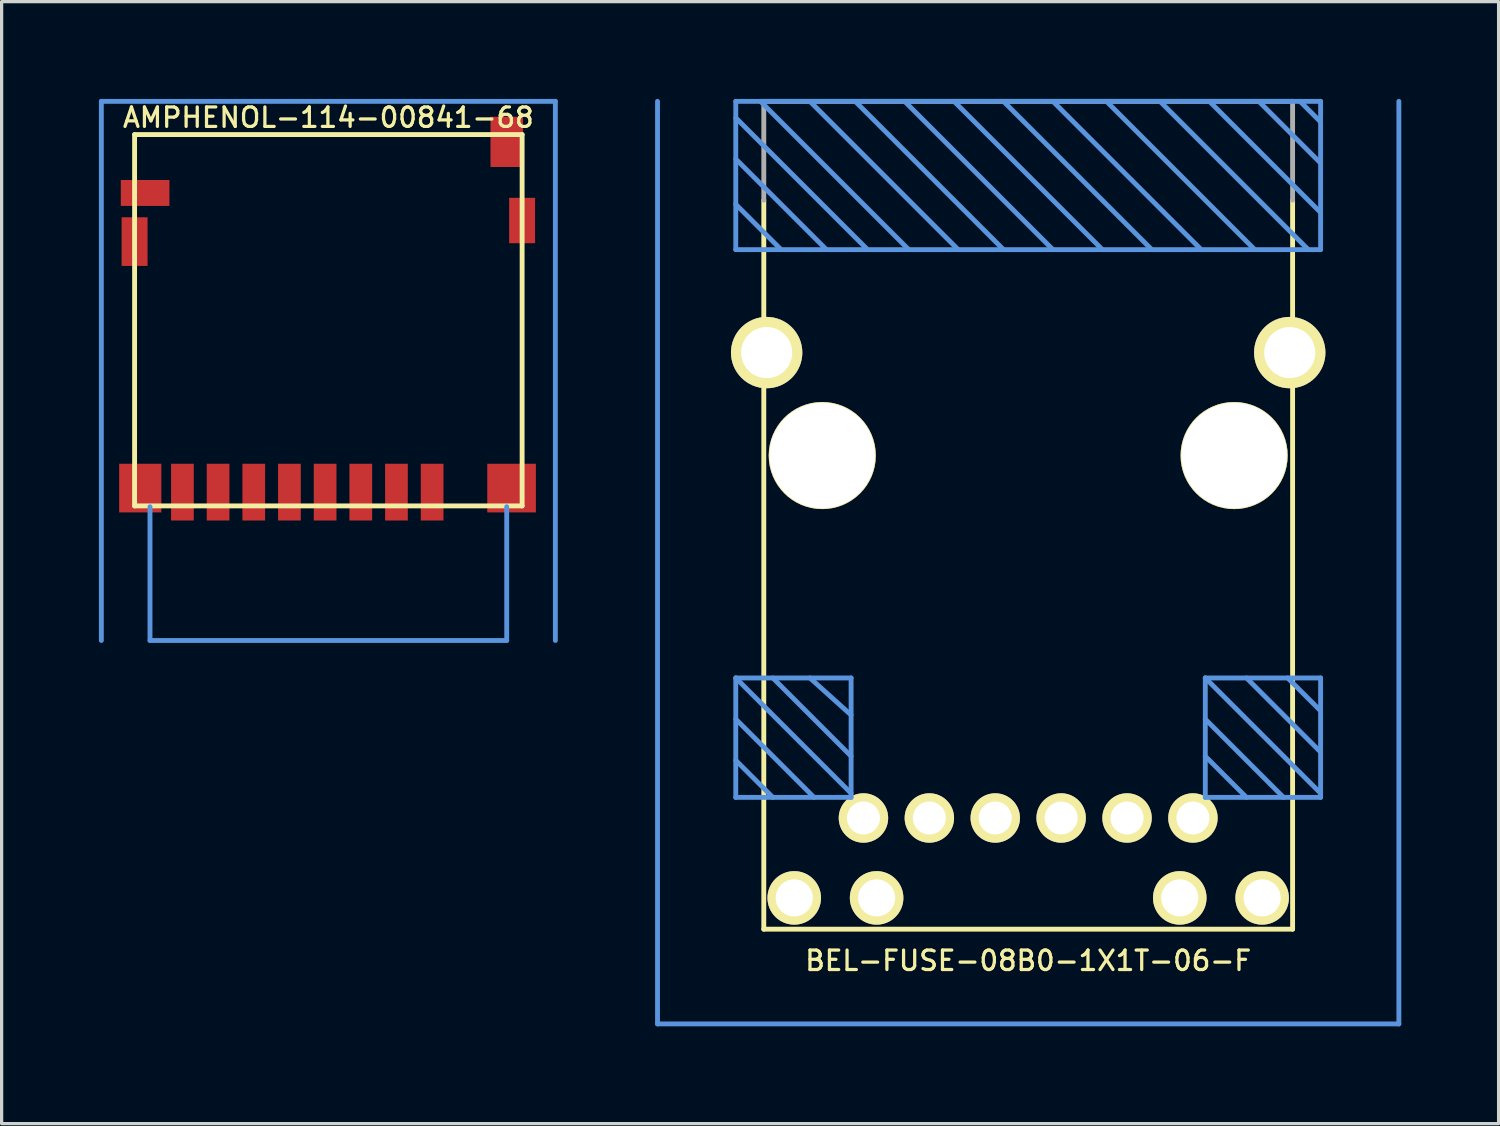
<source format=kicad_pcb>
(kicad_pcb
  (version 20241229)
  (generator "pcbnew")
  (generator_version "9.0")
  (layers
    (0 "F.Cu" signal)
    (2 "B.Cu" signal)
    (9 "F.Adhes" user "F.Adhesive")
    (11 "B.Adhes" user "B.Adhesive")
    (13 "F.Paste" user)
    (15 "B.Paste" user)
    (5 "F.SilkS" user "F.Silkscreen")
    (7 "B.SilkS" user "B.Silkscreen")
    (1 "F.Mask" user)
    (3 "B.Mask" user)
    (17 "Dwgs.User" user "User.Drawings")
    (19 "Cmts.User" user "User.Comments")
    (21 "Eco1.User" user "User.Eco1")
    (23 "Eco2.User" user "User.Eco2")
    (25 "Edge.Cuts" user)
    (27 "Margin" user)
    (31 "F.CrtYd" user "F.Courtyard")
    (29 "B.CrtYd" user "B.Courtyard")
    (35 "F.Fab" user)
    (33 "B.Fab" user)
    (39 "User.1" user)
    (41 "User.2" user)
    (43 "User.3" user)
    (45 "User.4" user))
  (footprint "AMPHENOL-114-00841-68"
    (layer "F.Cu")
    (at 7.075 7.075)
    (property "Reference" "AMPHENOL-114-00841-68" (at 0 -6.5 0) (layer "F.SilkS") (effects (font (size 0.6 0.6) (thickness 0.1))))
    (attr through_hole)
    (fp_line (start -5.975 -5.975) (end -5.975 5.475) (stroke (width 0.15) (type solid)) (layer "F.SilkS"))
    (fp_line (start -5.975 -5.975) (end 5.975 -5.975) (stroke (width 0.15) (type solid)) (layer "F.SilkS"))
    (fp_line (start -5.975 5.475) (end 5.975 5.475) (stroke (width 0.15) (type solid)) (layer "F.SilkS"))
    (fp_line (start 5.975 5.475) (end 5.975 -5.975) (stroke (width 0.15) (type solid)) (layer "F.SilkS"))
    (fp_line (start -7 -7) (end -7 9.625) (stroke (width 0.15) (type solid)) (layer "Cmts.User"))
    (fp_line (start -7 -7) (end 7 -7) (stroke (width 0.15) (type solid)) (layer "Cmts.User"))
    (fp_line (start -5.5 5.5) (end -5.5 9.625) (stroke (width 0.15) (type solid)) (layer "Cmts.User"))
    (fp_line (start -5.5 9.625) (end 5.5 9.625) (stroke (width 0.15) (type solid)) (layer "Cmts.User"))
    (fp_line (start 5.5 9.625) (end 5.5 5.5) (stroke (width 0.15) (type solid)) (layer "Cmts.User"))
    (fp_line (start 7 -7) (end 7 9.625) (stroke (width 0.15) (type solid)) (layer "Cmts.User"))
    (pad "" smd rect (at -5.975 -2.675) (size 0.8 1.5) (layers "F.Cu" "F.Mask" "F.Paste"))
    (pad "" smd rect (at -5.8 4.925) (size 1.3 1.5) (layers "F.Cu" "F.Mask" "F.Paste"))
    (pad "" smd rect (at 5.65 4.925) (size 1.5 1.5) (layers "F.Cu" "F.Mask" "F.Paste"))
    (pad "" smd rect (at 5.975 -3.325) (size 0.8 1.4) (layers "F.Cu" "F.Mask" "F.Paste"))
    (pad "1" smd rect (at 3.2 5.05) (size 0.7 1.75) (layers "F.Cu" "F.Mask" "F.Paste"))
    (pad "2" smd rect (at 2.1 5.05) (size 0.7 1.75) (layers "F.Cu" "F.Mask" "F.Paste"))
    (pad "3" smd rect (at 1 5.05) (size 0.7 1.75) (layers "F.Cu" "F.Mask" "F.Paste"))
    (pad "4" smd rect (at -0.1 5.05) (size 0.7 1.75) (layers "F.Cu" "F.Mask" "F.Paste"))
    (pad "5" smd rect (at -1.2 5.05) (size 0.7 1.75) (layers "F.Cu" "F.Mask" "F.Paste"))
    (pad "6" smd rect (at -2.3 5.05) (size 0.7 1.75) (layers "F.Cu" "F.Mask" "F.Paste"))
    (pad "7" smd rect (at -3.4 5.05) (size 0.7 1.75) (layers "F.Cu" "F.Mask" "F.Paste"))
    (pad "8" smd rect (at -4.5 5.05) (size 0.7 1.75) (layers "F.Cu" "F.Mask" "F.Paste"))
    (pad "CD" smd rect (at -5.65 -4.175) (size 1.5 0.8) (layers "F.Cu" "F.Mask" "F.Paste"))
    (pad "CD" smd rect (at 5.5 -5.75) (size 1 1.55) (layers "F.Cu" "F.Mask" "F.Paste")))
  (footprint "BEL-FUSE-08B0-1X1T-06-F"
    (layer "F.Cu")
    (at 28.655 22.173)
    (property "Reference" "BEL-FUSE-08B0-1X1T-06-F" (at 0 4.4 0) (layer "F.SilkS") (effects (font (size 0.6 0.6) (thickness 0.1))))
    (attr through_hole)
    (fp_line (start -8.153 3.429) (end -8.153 -19.05) (stroke (width 0.15) (type solid)) (layer "F.SilkS"))
    (fp_line (start 8.153 -19.05) (end 8.153 3.429) (stroke (width 0.15) (type solid)) (layer "F.SilkS"))
    (fp_line (start 8.153 3.429) (end -8.153 3.429) (stroke (width 0.15) (type solid)) (layer "F.SilkS"))
    (fp_line (start -11.43 -22.098) (end -11.43 6.35) (stroke (width 0.15) (type solid)) (layer "Cmts.User"))
    (fp_line (start -11.43 6.35) (end 11.43 6.35) (stroke (width 0.15) (type solid)) (layer "Cmts.User"))
    (fp_line (start -9.017 -22.098) (end 9.017 -22.098) (stroke (width 0.15) (type solid)) (layer "Cmts.User"))
    (fp_line (start -9.017 -21.59) (end -4.953 -17.526) (stroke (width 0.15) (type solid)) (layer "Cmts.User"))
    (fp_line (start -9.017 -20.32) (end -6.223 -17.526) (stroke (width 0.15) (type solid)) (layer "Cmts.User"))
    (fp_line (start -9.017 -18.923) (end -7.62 -17.526) (stroke (width 0.15) (type solid)) (layer "Cmts.User"))
    (fp_line (start -9.017 -17.526) (end -9.017 -22.098) (stroke (width 0.15) (type solid)) (layer "Cmts.User"))
    (fp_line (start -9.017 -17.526) (end 9.017 -17.526) (stroke (width 0.15) (type solid)) (layer "Cmts.User"))
    (fp_line (start -9.017 -4.318) (end -5.461 -4.318) (stroke (width 0.15) (type solid)) (layer "Cmts.User"))
    (fp_line (start -9.017 -4.318) (end -5.461 -0.762) (stroke (width 0.15) (type solid)) (layer "Cmts.User"))
    (fp_line (start -9.017 -3.048) (end -6.604 -0.635) (stroke (width 0.15) (type solid)) (layer "Cmts.User"))
    (fp_line (start -9.017 -1.778) (end -7.874 -0.635) (stroke (width 0.15) (type solid)) (layer "Cmts.User"))
    (fp_line (start -9.017 -0.635) (end -9.017 -4.318) (stroke (width 0.15) (type solid)) (layer "Cmts.User"))
    (fp_line (start -8.255 -22.098) (end -3.683 -17.526) (stroke (width 0.15) (type solid)) (layer "Cmts.User"))
    (fp_line (start -7.874 -4.318) (end -5.461 -1.905) (stroke (width 0.15) (type solid)) (layer "Cmts.User"))
    (fp_line (start -6.731 -22.098) (end -2.159 -17.526) (stroke (width 0.15) (type solid)) (layer "Cmts.User"))
    (fp_line (start -6.731 -4.318) (end -5.461 -3.175) (stroke (width 0.15) (type solid)) (layer "Cmts.User"))
    (fp_line (start -5.461 -4.318) (end -5.461 -0.635) (stroke (width 0.15) (type solid)) (layer "Cmts.User"))
    (fp_line (start -5.461 -0.635) (end -9.017 -0.635) (stroke (width 0.15) (type solid)) (layer "Cmts.User"))
    (fp_line (start -5.334 -22.098) (end -0.762 -17.526) (stroke (width 0.15) (type solid)) (layer "Cmts.User"))
    (fp_line (start -3.81 -22.098) (end 0.762 -17.526) (stroke (width 0.15) (type solid)) (layer "Cmts.User"))
    (fp_line (start -2.286 -22.098) (end 2.286 -17.526) (stroke (width 0.15) (type solid)) (layer "Cmts.User"))
    (fp_line (start -0.762 -22.098) (end 3.81 -17.526) (stroke (width 0.15) (type solid)) (layer "Cmts.User"))
    (fp_line (start 0.762 -22.098) (end 5.334 -17.526) (stroke (width 0.15) (type solid)) (layer "Cmts.User"))
    (fp_line (start 2.413 -22.098) (end 6.985 -17.526) (stroke (width 0.15) (type solid)) (layer "Cmts.User"))
    (fp_line (start 4.064 -22.098) (end 8.636 -17.526) (stroke (width 0.15) (type solid)) (layer "Cmts.User"))
    (fp_line (start 5.461 -4.318) (end 9.017 -0.762) (stroke (width 0.15) (type solid)) (layer "Cmts.User"))
    (fp_line (start 5.461 -3.048) (end 7.874 -0.635) (stroke (width 0.15) (type solid)) (layer "Cmts.User"))
    (fp_line (start 5.461 -1.905) (end 6.731 -0.635) (stroke (width 0.15) (type solid)) (layer "Cmts.User"))
    (fp_line (start 5.461 -0.635) (end 5.461 -4.318) (stroke (width 0.15) (type solid)) (layer "Cmts.User"))
    (fp_line (start 5.461 -0.635) (end 9.017 -0.635) (stroke (width 0.15) (type solid)) (layer "Cmts.User"))
    (fp_line (start 5.588 -22.098) (end 9.017 -18.669) (stroke (width 0.15) (type solid)) (layer "Cmts.User"))
    (fp_line (start 6.731 -4.318) (end 9.017 -2.032) (stroke (width 0.15) (type solid)) (layer "Cmts.User"))
    (fp_line (start 7.112 -22.098) (end 9.017 -20.193) (stroke (width 0.15) (type solid)) (layer "Cmts.User"))
    (fp_line (start 8.001 -4.318) (end 9.017 -3.302) (stroke (width 0.15) (type solid)) (layer "Cmts.User"))
    (fp_line (start 8.382 -22.098) (end 9.017 -21.463) (stroke (width 0.15) (type solid)) (layer "Cmts.User"))
    (fp_line (start 9.017 -22.098) (end 9.017 -17.526) (stroke (width 0.15) (type solid)) (layer "Cmts.User"))
    (fp_line (start 9.017 -4.318) (end 5.461 -4.318) (stroke (width 0.15) (type solid)) (layer "Cmts.User"))
    (fp_line (start 9.017 -4.318) (end 9.017 -0.635) (stroke (width 0.15) (type solid)) (layer "Cmts.User"))
    (fp_line (start 11.43 6.35) (end 11.43 -22.098) (stroke (width 0.15) (type solid)) (layer "Cmts.User"))
    (fp_line (start -8.153 -22.098) (end 8.153 -22.098) (stroke (width 0.15) (type solid)) (layer "F.Fab"))
    (fp_line (start -8.153 -19.05) (end -8.153 -22.098) (stroke (width 0.15) (type solid)) (layer "F.Fab"))
    (fp_line (start 8.153 -22.098) (end 8.153 -19.05) (stroke (width 0.15) (type solid)) (layer "F.Fab"))
    (pad "" thru_hole circle (at -8.065 -14.351) (size 2.2 2.2) (drill 1.575) (layers "*.Cu" "*.Mask" "F.SilkS"))
    (pad "" thru_hole circle (at -6.35 -11.176) (size 3.302 3.302) (drill 3.251) (layers "*.Cu" "*.Mask" "F.SilkS"))
    (pad "" thru_hole circle (at 6.35 -11.176) (size 3.302 3.302) (drill 3.251) (layers "*.Cu" "*.Mask" "F.SilkS"))
    (pad "" thru_hole circle (at 8.065 -14.351) (size 2.2 2.2) (drill 1.575) (layers "*.Cu" "*.Mask" "F.SilkS"))
    (pad "1" thru_hole circle (at -5.08 0) (size 1.524 1.524) (drill 1.016) (layers "*.Cu" "*.Mask" "F.SilkS"))
    (pad "2" thru_hole circle (at -3.048 0) (size 1.524 1.524) (drill 1.016) (layers "*.Cu" "*.Mask" "F.SilkS"))
    (pad "3" thru_hole circle (at -1.016 0) (size 1.524 1.524) (drill 1.016) (layers "*.Cu" "*.Mask" "F.SilkS"))
    (pad "4" thru_hole circle (at 1.016 0) (size 1.524 1.524) (drill 1.016) (layers "*.Cu" "*.Mask" "F.SilkS"))
    (pad "5" thru_hole circle (at 3.048 0) (size 1.524 1.524) (drill 1.016) (layers "*.Cu" "*.Mask" "F.SilkS"))
    (pad "6" thru_hole circle (at 5.08 0) (size 1.524 1.524) (drill 1.016) (layers "*.Cu" "*.Mask" "F.SilkS"))
    (pad "7" thru_hole circle (at -7.214 2.464) (size 1.651 1.651) (drill 1.143) (layers "*.Cu" "*.Mask" "F.SilkS"))
    (pad "8" thru_hole circle (at -4.674 2.464) (size 1.651 1.651) (drill 1.143) (layers "*.Cu" "*.Mask" "F.SilkS"))
    (pad "9" thru_hole circle (at 4.674 2.464) (size 1.651 1.651) (drill 1.143) (layers "*.Cu" "*.Mask" "F.SilkS"))
    (pad "10" thru_hole circle (at 7.214 2.464) (size 1.651 1.651) (drill 1.143) (layers "*.Cu" "*.Mask" "F.SilkS")))
  (gr_rect
    (start -3 -3)
    (end 43.16 31.598)
    (stroke (width 0.1) (type default))
    (fill no)
    (layer "Edge.Cuts")))
</source>
